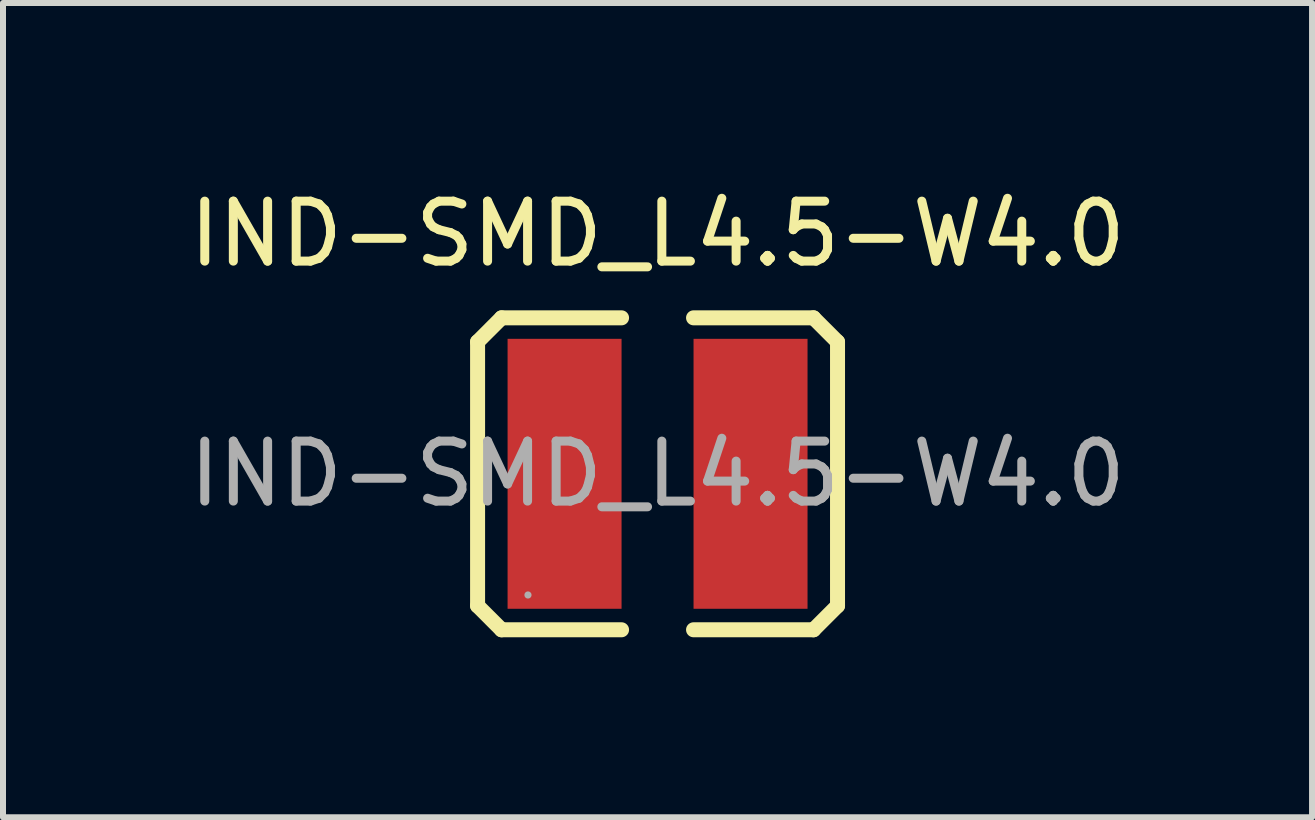
<source format=kicad_pcb>
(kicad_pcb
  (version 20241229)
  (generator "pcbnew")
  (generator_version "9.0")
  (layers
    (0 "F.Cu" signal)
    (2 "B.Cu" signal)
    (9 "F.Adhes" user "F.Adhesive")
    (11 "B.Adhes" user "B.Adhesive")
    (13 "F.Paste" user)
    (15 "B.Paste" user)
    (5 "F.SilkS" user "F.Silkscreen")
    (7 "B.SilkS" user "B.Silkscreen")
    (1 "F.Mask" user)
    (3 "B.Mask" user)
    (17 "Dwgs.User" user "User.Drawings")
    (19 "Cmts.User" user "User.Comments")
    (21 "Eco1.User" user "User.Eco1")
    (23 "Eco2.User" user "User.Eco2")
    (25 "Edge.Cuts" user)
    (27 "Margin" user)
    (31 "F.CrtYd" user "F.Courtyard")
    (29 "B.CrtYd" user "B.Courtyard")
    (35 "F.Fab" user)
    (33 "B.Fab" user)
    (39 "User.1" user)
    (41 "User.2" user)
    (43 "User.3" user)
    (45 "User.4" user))
  (footprint "IND-SMD_L4.5-W4.0"
    (layer "F.Cu")
    (at 7.911 4.848)
    (property "Reference" "IND-SMD_L4.5-W4.0" (at 0 -4 0) (layer "F.SilkS") (effects (font (size 1 1) (thickness 0.15))))
    (attr through_hole)
    (fp_line (start -3 -2.2) (end -2.6 -2.6) (stroke (width 0.25) (type solid)) (layer "F.SilkS"))
    (fp_line (start -3 2.2) (end -3 -2.2) (stroke (width 0.25) (type solid)) (layer "F.SilkS"))
    (fp_line (start -2.6 -2.6) (end -0.6 -2.6) (stroke (width 0.25) (type solid)) (layer "F.SilkS"))
    (fp_line (start -2.6 2.6) (end -3 2.2) (stroke (width 0.25) (type solid)) (layer "F.SilkS"))
    (fp_line (start -0.6 2.6) (end -2.6 2.6) (stroke (width 0.25) (type solid)) (layer "F.SilkS"))
    (fp_line (start 0.6 -2.6) (end 2.6 -2.6) (stroke (width 0.25) (type solid)) (layer "F.SilkS"))
    (fp_line (start 2.6 -2.6) (end 3 -2.2) (stroke (width 0.25) (type solid)) (layer "F.SilkS"))
    (fp_line (start 2.6 2.6) (end 0.6 2.6) (stroke (width 0.25) (type solid)) (layer "F.SilkS"))
    (fp_line (start 3 -2.2) (end 3 2.2) (stroke (width 0.25) (type solid)) (layer "F.SilkS"))
    (fp_line (start 3 2.2) (end 2.6 2.6) (stroke (width 0.25) (type solid)) (layer "F.SilkS"))
    (fp_circle (center -2.16 2.02) (end -2.13 2.02) (stroke (width 0.06) (type solid)) (fill no) (layer "F.Fab"))
    (fp_text user "${REFERENCE}" (at 0 0 0) (layer "F.Fab") (effects (font (size 1 1) (thickness 0.15))))
    (pad "1" smd rect (at -1.55 0) (size 1.9 4.5) (layers "F.Cu" "F.Mask" "F.Paste"))
    (pad "2" smd rect (at 1.55 0) (size 1.9 4.5) (layers "F.Cu" "F.Mask" "F.Paste")))
  (gr_rect
    (start -3 -3)
    (end 18.821 10.573)
    (stroke (width 0.1) (type default))
    (fill no)
    (layer "Edge.Cuts")))
</source>
